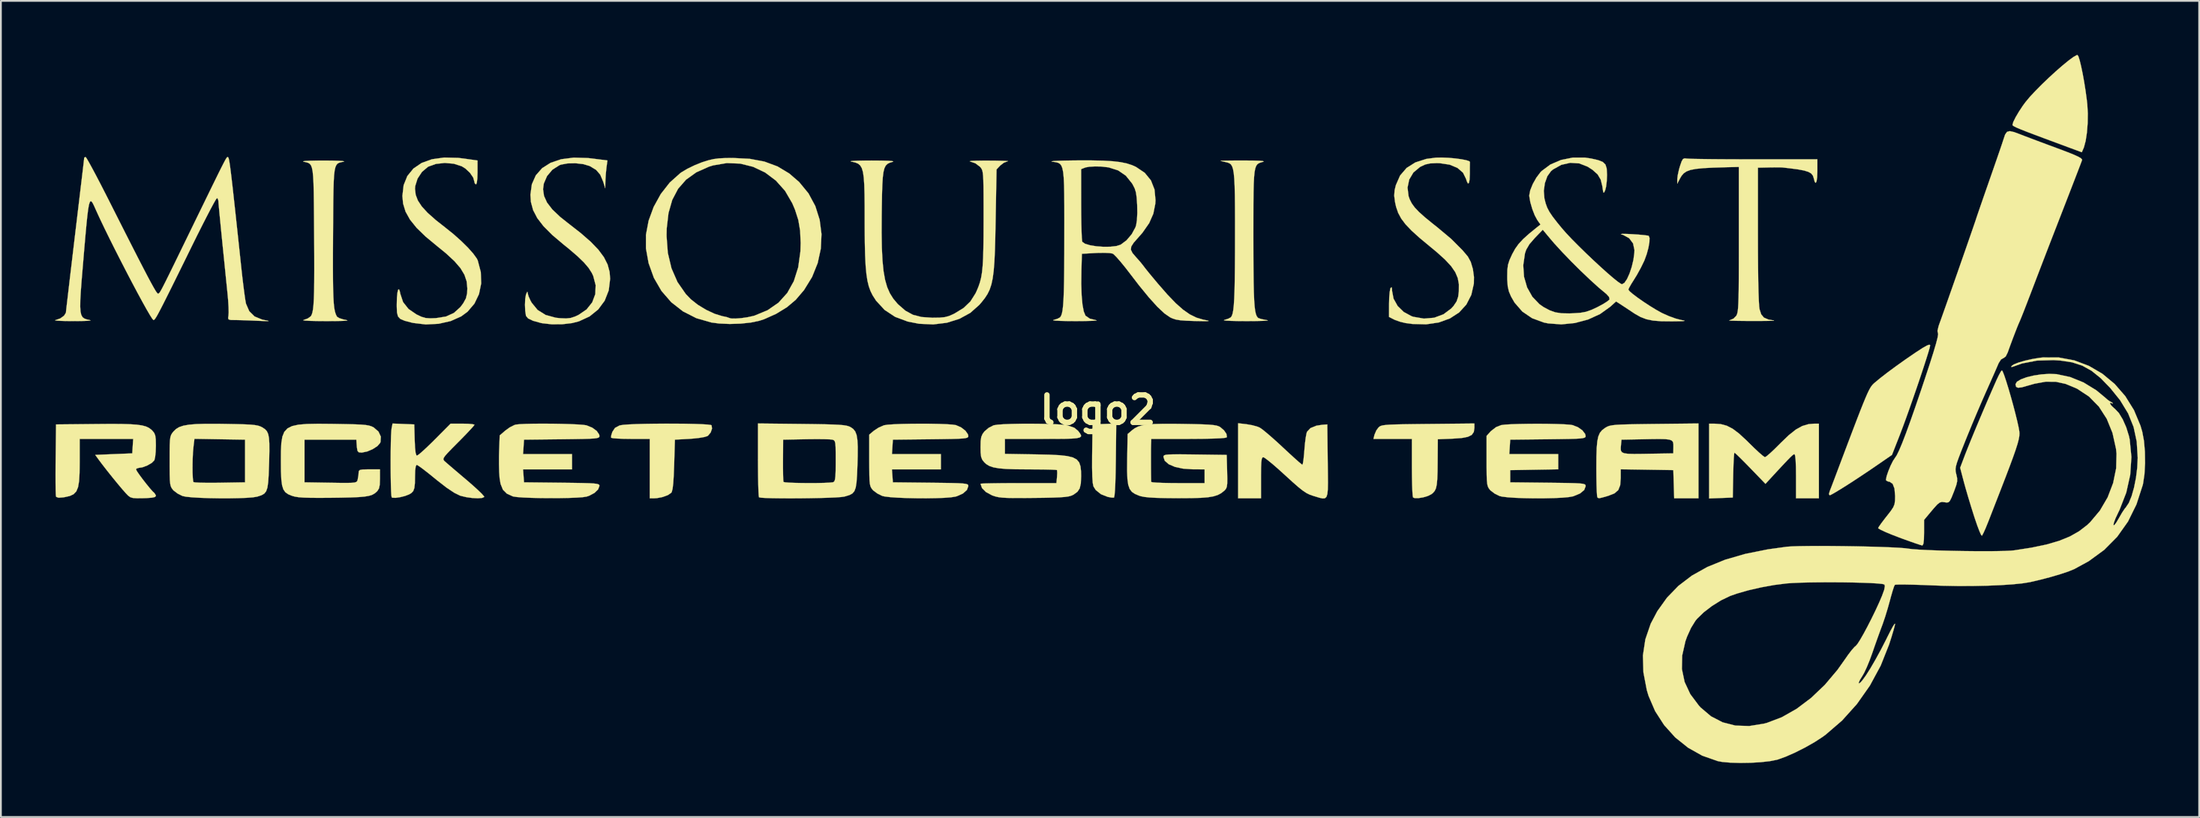
<source format=kicad_pcb>
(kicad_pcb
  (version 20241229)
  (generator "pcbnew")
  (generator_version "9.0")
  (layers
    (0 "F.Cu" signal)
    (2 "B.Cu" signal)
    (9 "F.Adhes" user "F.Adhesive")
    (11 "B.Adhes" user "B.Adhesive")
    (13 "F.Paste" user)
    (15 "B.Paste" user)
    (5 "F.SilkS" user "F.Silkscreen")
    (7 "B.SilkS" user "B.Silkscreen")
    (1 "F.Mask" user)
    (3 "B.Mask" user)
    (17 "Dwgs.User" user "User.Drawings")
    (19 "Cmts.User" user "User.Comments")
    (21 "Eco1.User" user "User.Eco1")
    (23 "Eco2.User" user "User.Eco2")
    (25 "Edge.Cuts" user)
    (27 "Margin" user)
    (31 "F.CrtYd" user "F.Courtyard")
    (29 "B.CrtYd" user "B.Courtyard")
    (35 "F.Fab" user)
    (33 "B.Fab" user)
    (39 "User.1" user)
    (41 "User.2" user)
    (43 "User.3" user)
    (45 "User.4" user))
  (footprint "logo2"
    (layer "F.Cu")
    (at 57.933 19.73)
    (property "Reference" "logo2" (at 0 0 0) (layer "F.SilkS") (effects (font (size 1.524 1.524) (thickness 0.3))))
    (attr through_hole)
    (fp_poly (pts (xy 0.996 2.805) (xy 0.985 3.483) (xy 0.969 4.041) (xy 0.948 4.465) (xy 0.924 4.744) (xy 0.895 4.868) (xy 0.889 4.873) (xy 0.752 4.869) (xy 0.549 4.832) (xy 0.169 4.682) (xy -0.12 4.45) (xy -0.247 4.249) (xy -0.286 4.058) (xy -0.311 3.704) (xy -0.323 3.195) (xy -0.321 2.536) (xy -0.319 2.412) (xy -0.296 0.804) (xy 0.361 0.78) (xy 1.019 0.755) (xy 0.996 2.805)) (stroke (width 0.01) (type solid)) (fill yes) (layer "F.SilkS"))
    (fp_poly (pts (xy 54.463 -19.647) (xy 54.533 -19.429) (xy 54.613 -19.1) (xy 54.699 -18.688) (xy 54.783 -18.222) (xy 54.861 -17.729) (xy 54.927 -17.238) (xy 54.956 -16.983) (xy 54.985 -16.482) (xy 54.977 -15.944) (xy 54.936 -15.418) (xy 54.866 -14.955) (xy 54.772 -14.602) (xy 54.755 -14.559) (xy 54.652 -14.319) (xy 53.298 -14.821) (xy 52.595 -15.082) (xy 52.035 -15.292) (xy 51.603 -15.456) (xy 51.283 -15.582) (xy 51.058 -15.676) (xy 50.914 -15.745) (xy 50.834 -15.794) (xy 50.803 -15.83) (xy 50.8 -15.844) (xy 50.847 -16.006) (xy 50.974 -16.264) (xy 51.158 -16.577) (xy 51.375 -16.905) (xy 51.523 -17.106) (xy 51.763 -17.394) (xy 52.075 -17.729) (xy 52.435 -18.092) (xy 52.821 -18.462) (xy 53.212 -18.82) (xy 53.584 -19.144) (xy 53.915 -19.415) (xy 54.184 -19.612) (xy 54.366 -19.715) (xy 54.41 -19.725) (xy 54.463 -19.647)) (stroke (width 0.01) (type solid)) (fill yes) (layer "F.SilkS"))
    (fp_poly (pts (xy 20.913 0.998) (xy 20.88 1.224) (xy 20.767 1.385) (xy 20.553 1.493) (xy 20.214 1.559) (xy 19.73 1.594) (xy 19.721 1.595) (xy 18.881 1.628) (xy 18.872 2.867) (xy 18.866 3.426) (xy 18.851 3.842) (xy 18.823 4.142) (xy 18.778 4.352) (xy 18.709 4.5) (xy 18.612 4.611) (xy 18.528 4.68) (xy 18.329 4.781) (xy 18.065 4.859) (xy 17.798 4.901) (xy 17.586 4.897) (xy 17.505 4.862) (xy 17.485 4.761) (xy 17.468 4.518) (xy 17.454 4.161) (xy 17.445 3.717) (xy 17.441 3.214) (xy 17.441 3.203) (xy 17.441 1.609) (xy 15.306 1.609) (xy 15.363 1.376) (xy 15.468 1.133) (xy 15.586 0.974) (xy 15.641 0.926) (xy 15.713 0.887) (xy 15.822 0.857) (xy 15.985 0.835) (xy 16.223 0.817) (xy 16.554 0.805) (xy 16.996 0.795) (xy 17.569 0.787) (xy 18.292 0.779) (xy 18.333 0.779) (xy 20.913 0.753) (xy 20.913 0.998)) (stroke (width 0.01) (type solid)) (fill yes) (layer "F.SilkS"))
    (fp_poly (pts (xy -23.46 0.762) (xy -22.915 0.767) (xy -22.421 0.777) (xy -22.003 0.792) (xy -21.688 0.811) (xy -21.5 0.835) (xy -21.46 0.851) (xy -21.433 1.035) (xy -21.507 1.252) (xy -21.655 1.428) (xy -21.697 1.455) (xy -21.863 1.506) (xy -22.149 1.555) (xy -22.506 1.593) (xy -22.691 1.606) (xy -23.495 1.651) (xy -23.537 3.056) (xy -23.56 3.647) (xy -23.588 4.083) (xy -23.624 4.38) (xy -23.669 4.555) (xy -23.695 4.6) (xy -23.878 4.728) (xy -24.165 4.835) (xy -24.491 4.9) (xy -24.659 4.91) (xy -24.892 4.911) (xy -24.892 1.609) (xy -25.945 1.609) (xy -26.35 1.604) (xy -26.689 1.59) (xy -26.929 1.571) (xy -27.037 1.546) (xy -27.038 1.544) (xy -27.036 1.43) (xy -26.976 1.237) (xy -26.965 1.211) (xy -26.823 0.997) (xy -26.588 0.871) (xy -26.528 0.853) (xy -26.35 0.826) (xy -26.043 0.804) (xy -25.631 0.786) (xy -25.141 0.773) (xy -24.599 0.765) (xy -24.03 0.761) (xy -23.46 0.762)) (stroke (width 0.01) (type solid)) (fill yes) (layer "F.SilkS"))
    (fp_poly (pts (xy 46.227 -3.597) (xy 46.228 -3.587) (xy 46.201 -3.457) (xy 46.124 -3.191) (xy 46.006 -2.814) (xy 45.855 -2.348) (xy 45.68 -1.819) (xy 45.487 -1.25) (xy 45.285 -0.665) (xy 45.083 -0.087) (xy 44.888 0.459) (xy 44.708 0.95) (xy 44.552 1.362) (xy 44.535 1.405) (xy 44.107 2.498) (xy 43.284 3.065) (xy 42.792 3.401) (xy 42.303 3.727) (xy 41.84 4.03) (xy 41.423 4.296) (xy 41.074 4.511) (xy 40.815 4.663) (xy 40.667 4.736) (xy 40.647 4.741) (xy 40.604 4.676) (xy 40.651 4.508) (xy 40.731 4.303) (xy 40.842 4.011) (xy 40.934 3.768) (xy 41.315 2.755) (xy 41.642 1.889) (xy 41.92 1.156) (xy 42.153 0.546) (xy 42.347 0.045) (xy 42.508 -0.358) (xy 42.639 -0.676) (xy 42.746 -0.921) (xy 42.835 -1.105) (xy 42.91 -1.24) (xy 42.977 -1.339) (xy 43.04 -1.414) (xy 43.104 -1.477) (xy 43.124 -1.494) (xy 43.43 -1.749) (xy 43.843 -2.07) (xy 44.33 -2.43) (xy 44.854 -2.804) (xy 45.381 -3.165) (xy 45.445 -3.207) (xy 45.803 -3.44) (xy 46.043 -3.577) (xy 46.179 -3.627) (xy 46.227 -3.597)) (stroke (width 0.01) (type solid)) (fill yes) (layer "F.SilkS"))
    (fp_poly (pts (xy 50.263 -2.124) (xy 50.346 -1.911) (xy 50.453 -1.591) (xy 50.576 -1.193) (xy 50.706 -0.746) (xy 50.836 -0.278) (xy 50.956 0.181) (xy 51.06 0.603) (xy 51.139 0.959) (xy 51.179 1.185) (xy 51.188 1.312) (xy 51.178 1.461) (xy 51.143 1.65) (xy 51.079 1.892) (xy 50.98 2.205) (xy 50.841 2.603) (xy 50.657 3.102) (xy 50.423 3.718) (xy 50.134 4.466) (xy 49.928 4.995) (xy 49.79 5.349) (xy 49.624 5.776) (xy 49.462 6.192) (xy 49.44 6.246) (xy 49.311 6.564) (xy 49.198 6.817) (xy 49.119 6.967) (xy 49.099 6.99) (xy 49.051 6.929) (xy 48.963 6.734) (xy 48.848 6.431) (xy 48.716 6.047) (xy 48.657 5.866) (xy 48.5 5.367) (xy 48.343 4.849) (xy 48.203 4.369) (xy 48.097 3.986) (xy 48.089 3.955) (xy 47.894 3.212) (xy 48.173 2.474) (xy 48.307 2.134) (xy 48.493 1.673) (xy 48.719 1.126) (xy 48.97 0.527) (xy 49.231 -0.089) (xy 49.488 -0.689) (xy 49.727 -1.237) (xy 49.919 -1.672) (xy 50.046 -1.937) (xy 50.15 -2.126) (xy 50.212 -2.201) (xy 50.213 -2.201) (xy 50.263 -2.124)) (stroke (width 0.01) (type solid)) (fill yes) (layer "F.SilkS"))
    (fp_poly (pts (xy 34.6 0.788) (xy 34.932 0.877) (xy 35.26 1.046) (xy 35.615 1.314) (xy 36.03 1.697) (xy 36.151 1.818) (xy 36.454 2.115) (xy 36.72 2.363) (xy 36.924 2.539) (xy 37.041 2.621) (xy 37.053 2.625) (xy 37.147 2.567) (xy 37.332 2.41) (xy 37.583 2.175) (xy 37.875 1.886) (xy 37.929 1.831) (xy 38.379 1.398) (xy 38.767 1.09) (xy 39.122 0.893) (xy 39.471 0.789) (xy 39.803 0.762) (xy 40.047 0.762) (xy 40.047 4.911) (xy 38.777 4.911) (xy 38.777 3.683) (xy 38.772 3.166) (xy 38.755 2.781) (xy 38.728 2.54) (xy 38.692 2.455) (xy 38.691 2.455) (xy 38.649 2.469) (xy 38.579 2.52) (xy 38.467 2.624) (xy 38.298 2.796) (xy 38.057 3.051) (xy 37.729 3.403) (xy 37.393 3.768) (xy 37.08 4.106) (xy 36.242 3.239) (xy 35.939 2.928) (xy 35.678 2.667) (xy 35.482 2.477) (xy 35.371 2.379) (xy 35.357 2.371) (xy 35.339 2.45) (xy 35.321 2.67) (xy 35.305 3) (xy 35.292 3.41) (xy 35.287 3.619) (xy 35.264 4.868) (xy 34.608 4.893) (xy 33.951 4.918) (xy 33.951 0.762) (xy 34.232 0.762) (xy 34.6 0.788)) (stroke (width 0.01) (type solid)) (fill yes) (layer "F.SilkS"))
    (fp_poly (pts (xy 8.262 0.794) (xy 8.58 0.85) (xy 8.869 0.931) (xy 8.988 0.981) (xy 9.135 1.082) (xy 9.376 1.278) (xy 9.686 1.545) (xy 10.037 1.861) (xy 10.272 2.08) (xy 10.618 2.401) (xy 10.92 2.677) (xy 11.159 2.889) (xy 11.313 3.018) (xy 11.359 3.048) (xy 11.387 2.969) (xy 11.42 2.758) (xy 11.452 2.45) (xy 11.47 2.223) (xy 11.503 1.845) (xy 11.546 1.516) (xy 11.592 1.282) (xy 11.616 1.212) (xy 11.807 1.009) (xy 12.134 0.875) (xy 12.446 0.827) (xy 12.742 0.804) (xy 12.765 2.857) (xy 12.774 3.522) (xy 12.778 4.034) (xy 12.771 4.411) (xy 12.746 4.671) (xy 12.694 4.831) (xy 12.61 4.907) (xy 12.485 4.918) (xy 12.313 4.881) (xy 12.086 4.812) (xy 11.962 4.775) (xy 11.771 4.709) (xy 11.587 4.619) (xy 11.383 4.484) (xy 11.134 4.286) (xy 10.815 4.007) (xy 10.404 3.632) (xy 10.042 3.304) (xy 9.717 3.02) (xy 9.449 2.801) (xy 9.263 2.663) (xy 9.187 2.625) (xy 9.135 2.648) (xy 9.099 2.736) (xy 9.076 2.912) (xy 9.064 3.201) (xy 9.059 3.628) (xy 9.059 3.768) (xy 9.059 4.911) (xy 7.789 4.911) (xy 7.789 0.739) (xy 8.262 0.794)) (stroke (width 0.01) (type solid)) (fill yes) (layer "F.SilkS"))
    (fp_poly (pts (xy 33.359 4.911) (xy 32.01 4.911) (xy 31.986 4.128) (xy 31.962 3.344) (xy 29.041 3.298) (xy 29.041 3.789) (xy 29.011 4.182) (xy 28.905 4.452) (xy 28.694 4.635) (xy 28.352 4.771) (xy 28.328 4.778) (xy 28.049 4.858) (xy 27.89 4.897) (xy 27.809 4.901) (xy 27.763 4.875) (xy 27.742 4.854) (xy 27.725 4.755) (xy 27.709 4.515) (xy 27.697 4.161) (xy 27.689 3.72) (xy 27.686 3.237) (xy 27.69 2.602) (xy 27.706 2.121) (xy 29.04 2.121) (xy 29.05 2.257) (xy 29.107 2.35) (xy 29.233 2.407) (xy 29.451 2.437) (xy 29.782 2.445) (xy 30.25 2.441) (xy 30.542 2.436) (xy 31.962 2.413) (xy 31.966 2.051) (xy 31.965 1.893) (xy 31.942 1.778) (xy 31.874 1.698) (xy 31.74 1.648) (xy 31.517 1.622) (xy 31.183 1.615) (xy 30.716 1.62) (xy 30.353 1.627) (xy 29.083 1.651) (xy 29.056 1.934) (xy 29.04 2.121) (xy 27.706 2.121) (xy 27.706 2.113) (xy 27.739 1.745) (xy 27.795 1.474) (xy 27.88 1.277) (xy 27.999 1.129) (xy 28.158 1.007) (xy 28.217 0.97) (xy 28.308 0.921) (xy 28.416 0.883) (xy 28.563 0.853) (xy 28.767 0.83) (xy 29.05 0.813) (xy 29.431 0.801) (xy 29.932 0.791) (xy 30.572 0.782) (xy 30.924 0.778) (xy 33.359 0.752) (xy 33.359 4.911)) (stroke (width 0.01) (type solid)) (fill yes) (layer "F.SilkS"))
    (fp_poly (pts (xy 24.987 0.772) (xy 25.483 0.782) (xy 25.906 0.798) (xy 26.219 0.821) (xy 26.361 0.842) (xy 26.66 0.957) (xy 26.91 1.133) (xy 27.064 1.334) (xy 27.093 1.453) (xy 27.084 1.5) (xy 27.041 1.537) (xy 26.947 1.565) (xy 26.782 1.586) (xy 26.526 1.601) (xy 26.159 1.612) (xy 25.662 1.62) (xy 25.016 1.628) (xy 24.998 1.628) (xy 22.902 1.651) (xy 22.851 2.455) (xy 25.569 2.455) (xy 25.569 3.298) (xy 22.902 3.344) (xy 22.902 4.022) (xy 24.998 4.044) (xy 25.646 4.052) (xy 26.145 4.06) (xy 26.514 4.07) (xy 26.772 4.084) (xy 26.94 4.104) (xy 27.036 4.132) (xy 27.08 4.168) (xy 27.093 4.217) (xy 27.093 4.236) (xy 27.011 4.451) (xy 26.777 4.643) (xy 26.404 4.798) (xy 26.396 4.8) (xy 26.157 4.843) (xy 25.788 4.876) (xy 25.323 4.898) (xy 24.797 4.909) (xy 24.243 4.911) (xy 23.697 4.902) (xy 23.193 4.883) (xy 22.765 4.854) (xy 22.448 4.816) (xy 22.31 4.783) (xy 22.041 4.651) (xy 21.813 4.478) (xy 21.78 4.444) (xy 21.71 4.353) (xy 21.659 4.252) (xy 21.625 4.112) (xy 21.605 3.905) (xy 21.594 3.602) (xy 21.59 3.176) (xy 21.59 2.833) (xy 21.59 1.442) (xy 21.823 1.182) (xy 22.115 0.955) (xy 22.394 0.844) (xy 22.607 0.816) (xy 22.953 0.795) (xy 23.399 0.78) (xy 23.91 0.771) (xy 24.451 0.768) (xy 24.987 0.772)) (stroke (width 0.01) (type solid)) (fill yes) (layer "F.SilkS"))
    (fp_poly (pts (xy -30.304 0.765) (xy -29.778 0.774) (xy -29.29 0.788) (xy -28.875 0.807) (xy -28.565 0.831) (xy -28.406 0.855) (xy -28.084 0.986) (xy -27.836 1.168) (xy -27.7 1.37) (xy -27.686 1.453) (xy -27.696 1.5) (xy -27.738 1.537) (xy -27.832 1.565) (xy -27.997 1.586) (xy -28.254 1.601) (xy -28.62 1.612) (xy -29.117 1.62) (xy -29.763 1.628) (xy -29.782 1.628) (xy -31.877 1.651) (xy -31.903 2.053) (xy -31.929 2.455) (xy -29.21 2.455) (xy -29.21 3.302) (xy -31.929 3.302) (xy -31.903 3.662) (xy -31.877 4.022) (xy -29.782 4.044) (xy -29.132 4.052) (xy -28.631 4.061) (xy -28.262 4.071) (xy -28.003 4.086) (xy -27.835 4.107) (xy -27.74 4.135) (xy -27.696 4.171) (xy -27.686 4.219) (xy -27.686 4.22) (xy -27.763 4.42) (xy -27.969 4.615) (xy -28.264 4.771) (xy -28.406 4.817) (xy -28.611 4.848) (xy -28.948 4.872) (xy -29.386 4.889) (xy -29.89 4.898) (xy -30.429 4.9) (xy -30.968 4.896) (xy -31.475 4.884) (xy -31.917 4.866) (xy -32.261 4.841) (xy -32.473 4.81) (xy -32.492 4.805) (xy -32.827 4.653) (xy -33.048 4.433) (xy -33.179 4.109) (xy -33.233 3.781) (xy -33.256 3.446) (xy -33.267 3.012) (xy -33.266 2.549) (xy -33.26 2.318) (xy -33.227 1.416) (xy -32.909 1.141) (xy -32.664 0.965) (xy -32.415 0.84) (xy -32.33 0.814) (xy -32.117 0.791) (xy -31.775 0.775) (xy -31.336 0.765) (xy -30.835 0.762) (xy -30.304 0.765)) (stroke (width 0.01) (type solid)) (fill yes) (layer "F.SilkS"))
    (fp_poly (pts (xy -9.338 0.767) (xy -8.839 0.776) (xy -8.407 0.792) (xy -8.077 0.815) (xy -7.882 0.844) (xy -7.881 0.845) (xy -7.594 0.972) (xy -7.357 1.156) (xy -7.217 1.357) (xy -7.197 1.453) (xy -7.206 1.5) (xy -7.249 1.537) (xy -7.343 1.565) (xy -7.508 1.586) (xy -7.764 1.601) (xy -8.131 1.612) (xy -8.628 1.62) (xy -9.274 1.628) (xy -9.292 1.628) (xy -11.388 1.651) (xy -11.439 2.455) (xy -8.721 2.455) (xy -8.721 3.302) (xy -11.44 3.302) (xy -11.414 3.662) (xy -11.388 4.022) (xy -9.292 4.044) (xy -8.643 4.052) (xy -8.144 4.06) (xy -7.775 4.07) (xy -7.517 4.085) (xy -7.35 4.105) (xy -7.253 4.132) (xy -7.209 4.169) (xy -7.197 4.217) (xy -7.197 4.232) (xy -7.276 4.448) (xy -7.496 4.643) (xy -7.824 4.791) (xy -7.919 4.818) (xy -8.167 4.856) (xy -8.541 4.884) (xy -9.008 4.901) (xy -9.533 4.909) (xy -10.083 4.906) (xy -10.623 4.895) (xy -11.12 4.875) (xy -11.54 4.846) (xy -11.848 4.808) (xy -11.98 4.777) (xy -12.248 4.645) (xy -12.477 4.474) (xy -12.509 4.44) (xy -12.579 4.352) (xy -12.63 4.254) (xy -12.664 4.117) (xy -12.685 3.914) (xy -12.695 3.617) (xy -12.699 3.2) (xy -12.7 2.797) (xy -12.7 1.37) (xy -12.443 1.154) (xy -12.181 0.982) (xy -11.892 0.856) (xy -11.872 0.85) (xy -11.673 0.82) (xy -11.341 0.797) (xy -10.907 0.779) (xy -10.406 0.769) (xy -9.872 0.765) (xy -9.338 0.767)) (stroke (width 0.01) (type solid)) (fill yes) (layer "F.SilkS"))
    (fp_poly (pts (xy -54.252 0.779) (xy -53.763 0.793) (xy -53.384 0.819) (xy -53.095 0.86) (xy -52.878 0.918) (xy -52.712 0.996) (xy -52.577 1.097) (xy -52.526 1.145) (xy -52.421 1.271) (xy -52.36 1.418) (xy -52.331 1.634) (xy -52.324 1.968) (xy -52.324 1.991) (xy -52.335 2.326) (xy -52.365 2.611) (xy -52.406 2.789) (xy -52.412 2.8) (xy -52.557 2.946) (xy -52.801 3.086) (xy -53.073 3.188) (xy -53.266 3.217) (xy -53.398 3.257) (xy -53.425 3.307) (xy -53.375 3.406) (xy -53.244 3.598) (xy -53.063 3.843) (xy -52.859 4.105) (xy -52.662 4.347) (xy -52.5 4.53) (xy -52.409 4.614) (xy -52.329 4.738) (xy -52.324 4.778) (xy -52.375 4.838) (xy -52.543 4.876) (xy -52.849 4.898) (xy -53.024 4.903) (xy -53.37 4.907) (xy -53.594 4.893) (xy -53.743 4.85) (xy -53.863 4.763) (xy -53.985 4.638) (xy -54.179 4.419) (xy -54.442 4.106) (xy -54.741 3.741) (xy -55.042 3.363) (xy -55.312 3.015) (xy -55.47 2.805) (xy -55.694 2.498) (xy -54.665 2.455) (xy -53.636 2.413) (xy -53.611 2.011) (xy -53.585 1.609) (xy -56.557 1.609) (xy -56.557 2.883) (xy -56.564 3.491) (xy -56.59 3.952) (xy -56.647 4.289) (xy -56.744 4.525) (xy -56.893 4.681) (xy -57.102 4.78) (xy -57.383 4.844) (xy -57.47 4.858) (xy -57.728 4.878) (xy -57.855 4.834) (xy -57.873 4.804) (xy -57.884 4.691) (xy -57.892 4.435) (xy -57.897 4.059) (xy -57.898 3.591) (xy -57.896 3.056) (xy -57.892 2.75) (xy -57.87 0.804) (xy -55.64 0.782) (xy -54.872 0.776) (xy -54.252 0.779)) (stroke (width 0.01) (type solid)) (fill yes) (layer "F.SilkS"))
    (fp_poly (pts (xy -42.547 -13.856) (xy -42.191 -13.846) (xy -41.958 -13.832) (xy -41.866 -13.813) (xy -41.898 -13.796) (xy -42.028 -13.769) (xy -42.137 -13.74) (xy -42.225 -13.694) (xy -42.296 -13.616) (xy -42.352 -13.493) (xy -42.394 -13.31) (xy -42.425 -13.051) (xy -42.446 -12.703) (xy -42.46 -12.25) (xy -42.47 -11.679) (xy -42.476 -10.973) (xy -42.481 -10.12) (xy -42.484 -9.689) (xy -42.489 -8.727) (xy -42.49 -7.92) (xy -42.487 -7.252) (xy -42.479 -6.709) (xy -42.465 -6.274) (xy -42.445 -5.934) (xy -42.417 -5.672) (xy -42.38 -5.475) (xy -42.335 -5.327) (xy -42.281 -5.212) (xy -42.262 -5.181) (xy -42.141 -5.103) (xy -41.916 -5.031) (xy -41.775 -5.003) (xy -41.683 -4.978) (xy -41.752 -4.96) (xy -41.985 -4.947) (xy -42.384 -4.939) (xy -42.884 -4.937) (xy -43.376 -4.941) (xy -43.76 -4.95) (xy -44.02 -4.964) (xy -44.141 -4.982) (xy -44.115 -5.002) (xy -43.886 -5.085) (xy -43.725 -5.2) (xy -43.718 -5.209) (xy -43.669 -5.296) (xy -43.629 -5.421) (xy -43.596 -5.597) (xy -43.57 -5.839) (xy -43.551 -6.162) (xy -43.537 -6.578) (xy -43.529 -7.102) (xy -43.526 -7.748) (xy -43.527 -8.531) (xy -43.532 -9.464) (xy -43.535 -9.84) (xy -43.541 -10.744) (xy -43.548 -11.495) (xy -43.556 -12.106) (xy -43.569 -12.592) (xy -43.589 -12.969) (xy -43.617 -13.251) (xy -43.657 -13.453) (xy -43.709 -13.591) (xy -43.778 -13.678) (xy -43.864 -13.731) (xy -43.97 -13.763) (xy -44.098 -13.791) (xy -44.123 -13.796) (xy -44.145 -13.818) (xy -44.015 -13.836) (xy -43.749 -13.849) (xy -43.363 -13.857) (xy -43.011 -13.859) (xy -42.547 -13.856)) (stroke (width 0.01) (type solid)) (fill yes) (layer "F.SilkS"))
    (fp_poly (pts (xy 8.614 -13.858) (xy 8.976 -13.847) (xy 9.174 -13.828) (xy 9.211 -13.803) (xy 9.169 -13.787) (xy 9.047 -13.753) (xy 8.945 -13.714) (xy 8.861 -13.656) (xy 8.794 -13.564) (xy 8.742 -13.423) (xy 8.703 -13.218) (xy 8.675 -12.936) (xy 8.656 -12.561) (xy 8.644 -12.08) (xy 8.639 -11.477) (xy 8.637 -10.738) (xy 8.636 -9.848) (xy 8.636 -9.57) (xy 8.638 -8.59) (xy 8.642 -7.766) (xy 8.65 -7.084) (xy 8.663 -6.531) (xy 8.681 -6.091) (xy 8.706 -5.752) (xy 8.738 -5.5) (xy 8.778 -5.321) (xy 8.827 -5.202) (xy 8.885 -5.128) (xy 8.914 -5.106) (xy 9.057 -5.056) (xy 9.294 -5.006) (xy 9.398 -4.99) (xy 9.441 -4.974) (xy 9.332 -4.959) (xy 9.092 -4.948) (xy 8.737 -4.94) (xy 8.287 -4.937) (xy 8.255 -4.937) (xy 7.784 -4.94) (xy 7.405 -4.949) (xy 7.137 -4.962) (xy 7.001 -4.98) (xy 7.014 -4.999) (xy 7.014 -4.999) (xy 7.233 -5.067) (xy 7.379 -5.144) (xy 7.384 -5.149) (xy 7.437 -5.227) (xy 7.482 -5.356) (xy 7.519 -5.549) (xy 7.549 -5.819) (xy 7.572 -6.181) (xy 7.59 -6.647) (xy 7.602 -7.232) (xy 7.61 -7.948) (xy 7.615 -8.811) (xy 7.616 -9.549) (xy 7.617 -10.489) (xy 7.614 -11.275) (xy 7.608 -11.92) (xy 7.595 -12.439) (xy 7.575 -12.846) (xy 7.546 -13.155) (xy 7.506 -13.382) (xy 7.454 -13.54) (xy 7.388 -13.644) (xy 7.306 -13.707) (xy 7.207 -13.746) (xy 7.139 -13.763) (xy 6.936 -13.809) (xy 6.816 -13.84) (xy 6.866 -13.848) (xy 7.06 -13.854) (xy 7.371 -13.859) (xy 7.773 -13.862) (xy 8.086 -13.862) (xy 8.614 -13.858)) (stroke (width 0.01) (type solid)) (fill yes) (layer "F.SilkS"))
    (fp_poly (pts (xy -48.887 0.77) (xy -48.472 0.776) (xy -47.869 0.787) (xy -47.411 0.799) (xy -47.073 0.816) (xy -46.828 0.84) (xy -46.652 0.872) (xy -46.52 0.916) (xy -46.406 0.973) (xy -46.4 0.977) (xy -46.262 1.07) (xy -46.159 1.182) (xy -46.088 1.335) (xy -46.044 1.555) (xy -46.023 1.864) (xy -46.021 2.287) (xy -46.033 2.847) (xy -46.04 3.059) (xy -46.06 3.615) (xy -46.088 4.028) (xy -46.131 4.321) (xy -46.2 4.521) (xy -46.305 4.651) (xy -46.455 4.738) (xy -46.659 4.806) (xy -46.709 4.82) (xy -46.937 4.857) (xy -47.294 4.884) (xy -47.749 4.901) (xy -48.268 4.91) (xy -48.817 4.909) (xy -49.363 4.9) (xy -49.872 4.882) (xy -50.312 4.856) (xy -50.648 4.823) (xy -50.842 4.783) (xy -51.111 4.651) (xy -51.339 4.478) (xy -51.371 4.444) (xy -51.442 4.353) (xy -51.493 4.252) (xy -51.527 4.111) (xy -51.548 3.903) (xy -51.558 3.6) (xy -51.562 3.173) (xy -51.562 3.121) (xy -50.289 3.121) (xy -50.287 3.481) (xy -50.274 3.776) (xy -50.251 3.965) (xy -50.234 4.01) (xy -50.133 4.028) (xy -49.893 4.041) (xy -49.543 4.048) (xy -49.111 4.049) (xy -48.773 4.045) (xy -47.371 4.022) (xy -47.371 1.651) (xy -48.777 1.628) (xy -50.183 1.605) (xy -50.237 2.051) (xy -50.265 2.366) (xy -50.282 2.736) (xy -50.289 3.121) (xy -51.562 3.121) (xy -51.562 2.838) (xy -51.561 2.324) (xy -51.556 1.95) (xy -51.543 1.687) (xy -51.518 1.508) (xy -51.477 1.383) (xy -51.417 1.284) (xy -51.347 1.197) (xy -51.207 1.06) (xy -51.03 0.953) (xy -50.796 0.874) (xy -50.485 0.819) (xy -50.077 0.785) (xy -49.551 0.77) (xy -48.887 0.77)) (stroke (width 0.01) (type solid)) (fill yes) (layer "F.SilkS"))
    (fp_poly (pts (xy -42.567 0.774) (xy -42.355 0.777) (xy -41.741 0.788) (xy -41.272 0.799) (xy -40.923 0.815) (xy -40.67 0.837) (xy -40.489 0.868) (xy -40.355 0.909) (xy -40.243 0.963) (xy -40.223 0.974) (xy -39.96 1.203) (xy -39.829 1.483) (xy -39.846 1.776) (xy -39.868 1.833) (xy -40.018 2.007) (xy -40.276 2.175) (xy -40.58 2.306) (xy -40.872 2.367) (xy -40.91 2.369) (xy -41.055 2.353) (xy -41.127 2.272) (xy -41.159 2.08) (xy -41.164 2.011) (xy -41.19 1.651) (xy -44.069 1.651) (xy -44.069 4.022) (xy -42.619 4.045) (xy -42.093 4.053) (xy -41.711 4.055) (xy -41.45 4.049) (xy -41.285 4.032) (xy -41.191 4.001) (xy -41.144 3.954) (xy -41.12 3.887) (xy -41.117 3.875) (xy -41.074 3.63) (xy -41.064 3.493) (xy -41.052 3.393) (xy -40.992 3.336) (xy -40.847 3.309) (xy -40.582 3.302) (xy -40.471 3.302) (xy -39.878 3.302) (xy -39.878 3.838) (xy -39.889 4.155) (xy -39.93 4.357) (xy -40.017 4.499) (xy -40.069 4.552) (xy -40.183 4.646) (xy -40.317 4.719) (xy -40.493 4.774) (xy -40.732 4.814) (xy -41.057 4.843) (xy -41.49 4.861) (xy -42.053 4.874) (xy -42.587 4.881) (xy -43.233 4.885) (xy -43.733 4.882) (xy -44.112 4.871) (xy -44.395 4.85) (xy -44.604 4.817) (xy -44.765 4.772) (xy -44.769 4.771) (xy -44.978 4.683) (xy -45.134 4.572) (xy -45.244 4.414) (xy -45.315 4.185) (xy -45.357 3.861) (xy -45.377 3.415) (xy -45.381 2.832) (xy -45.378 2.281) (xy -45.356 1.836) (xy -45.3 1.486) (xy -45.193 1.221) (xy -45.018 1.028) (xy -44.761 0.898) (xy -44.403 0.818) (xy -43.929 0.779) (xy -43.323 0.768) (xy -42.567 0.774)) (stroke (width 0.01) (type solid)) (fill yes) (layer "F.SilkS"))
    (fp_poly (pts (xy -38.576 0.78) (xy -37.973 0.804) (xy -37.949 1.672) (xy -37.929 2.106) (xy -37.898 2.384) (xy -37.854 2.519) (xy -37.822 2.538) (xy -37.729 2.48) (xy -37.541 2.322) (xy -37.284 2.085) (xy -36.979 1.791) (xy -36.837 1.649) (xy -35.955 0.762) (xy -35.292 0.762) (xy -34.981 0.769) (xy -34.748 0.789) (xy -34.634 0.816) (xy -34.629 0.824) (xy -34.685 0.903) (xy -34.842 1.078) (xy -35.077 1.328) (xy -35.371 1.63) (xy -35.536 1.796) (xy -35.881 2.144) (xy -36.122 2.394) (xy -36.271 2.565) (xy -36.343 2.679) (xy -36.354 2.757) (xy -36.317 2.818) (xy -36.276 2.858) (xy -36.156 2.963) (xy -35.933 3.155) (xy -35.633 3.411) (xy -35.284 3.708) (xy -35.074 3.885) (xy -34.727 4.186) (xy -34.435 4.451) (xy -34.219 4.661) (xy -34.1 4.797) (xy -34.084 4.836) (xy -34.204 4.889) (xy -34.44 4.908) (xy -34.747 4.893) (xy -35.075 4.848) (xy -35.379 4.776) (xy -35.433 4.759) (xy -35.751 4.603) (xy -36.173 4.322) (xy -36.695 3.917) (xy -36.801 3.83) (xy -37.144 3.552) (xy -37.444 3.317) (xy -37.676 3.146) (xy -37.815 3.056) (xy -37.838 3.048) (xy -37.89 3.129) (xy -37.922 3.363) (xy -37.931 3.676) (xy -37.938 4.073) (xy -37.967 4.337) (xy -38.03 4.508) (xy -38.139 4.622) (xy -38.258 4.692) (xy -38.487 4.781) (xy -38.757 4.848) (xy -39.009 4.884) (xy -39.186 4.877) (xy -39.225 4.859) (xy -39.244 4.758) (xy -39.259 4.518) (xy -39.271 4.169) (xy -39.279 3.74) (xy -39.283 3.26) (xy -39.284 2.761) (xy -39.281 2.272) (xy -39.274 1.822) (xy -39.263 1.442) (xy -39.247 1.161) (xy -39.232 1.023) (xy -39.178 0.755) (xy -38.576 0.78)) (stroke (width 0.01) (type solid)) (fill yes) (layer "F.SilkS"))
    (fp_poly (pts (xy 32.685 -13.97) (xy 32.813 -13.961) (xy 33.091 -13.952) (xy 33.5 -13.945) (xy 34.022 -13.938) (xy 34.637 -13.933) (xy 35.327 -13.93) (xy 36.073 -13.928) (xy 36.428 -13.928) (xy 39.963 -13.928) (xy 39.963 -13.271) (xy 39.951 -12.927) (xy 39.918 -12.704) (xy 39.872 -12.616) (xy 39.817 -12.673) (xy 39.765 -12.865) (xy 39.717 -13.016) (xy 39.627 -13.135) (xy 39.472 -13.227) (xy 39.231 -13.303) (xy 38.879 -13.369) (xy 38.395 -13.432) (xy 38.015 -13.475) (xy 37.871 -13.48) (xy 37.612 -13.48) (xy 37.293 -13.476) (xy 37.275 -13.475) (xy 36.661 -13.462) (xy 36.661 -9.741) (xy 36.663 -8.776) (xy 36.669 -7.916) (xy 36.679 -7.173) (xy 36.693 -6.557) (xy 36.711 -6.079) (xy 36.731 -5.751) (xy 36.751 -5.6) (xy 36.843 -5.313) (xy 36.995 -5.131) (xy 37.245 -5.024) (xy 37.55 -4.972) (xy 37.553 -4.962) (xy 37.409 -4.954) (xy 37.137 -4.948) (xy 36.76 -4.945) (xy 36.322 -4.944) (xy 35.862 -4.947) (xy 35.487 -4.952) (xy 35.217 -4.959) (xy 35.074 -4.968) (xy 35.075 -4.977) (xy 35.31 -5.079) (xy 35.456 -5.23) (xy 35.49 -5.293) (xy 35.518 -5.38) (xy 35.542 -5.506) (xy 35.56 -5.684) (xy 35.574 -5.931) (xy 35.585 -6.261) (xy 35.593 -6.688) (xy 35.598 -7.229) (xy 35.601 -7.896) (xy 35.602 -8.707) (xy 35.602 -9.479) (xy 35.602 -13.504) (xy 34.84 -13.485) (xy 34.159 -13.464) (xy 33.626 -13.436) (xy 33.219 -13.395) (xy 32.916 -13.337) (xy 32.695 -13.255) (xy 32.535 -13.145) (xy 32.414 -13.001) (xy 32.34 -12.874) (xy 32.181 -12.573) (xy 32.182 -12.827) (xy 32.209 -13.052) (xy 32.275 -13.354) (xy 32.331 -13.547) (xy 32.421 -13.809) (xy 32.497 -13.942) (xy 32.589 -13.981) (xy 32.685 -13.97)) (stroke (width 0.01) (type solid)) (fill yes) (layer "F.SilkS"))
    (fp_poly (pts (xy -16.447 0.778) (xy -15.726 0.787) (xy -15.154 0.797) (xy -14.712 0.81) (xy -14.379 0.826) (xy -14.135 0.847) (xy -13.96 0.875) (xy -13.834 0.91) (xy -13.741 0.953) (xy -13.591 1.056) (xy -13.48 1.194) (xy -13.404 1.389) (xy -13.359 1.667) (xy -13.339 2.048) (xy -13.342 2.557) (xy -13.356 3.053) (xy -13.378 3.61) (xy -13.407 4.022) (xy -13.453 4.315) (xy -13.527 4.514) (xy -13.639 4.644) (xy -13.801 4.73) (xy -14.022 4.798) (xy -14.099 4.818) (xy -14.272 4.841) (xy -14.575 4.862) (xy -14.981 4.879) (xy -15.462 4.893) (xy -15.993 4.903) (xy -16.546 4.91) (xy -17.095 4.912) (xy -17.611 4.91) (xy -18.069 4.904) (xy -18.441 4.893) (xy -18.701 4.877) (xy -18.821 4.857) (xy -18.824 4.854) (xy -18.84 4.757) (xy -18.854 4.515) (xy -18.866 4.151) (xy -18.875 3.69) (xy -18.879 3.219) (xy -17.491 3.219) (xy -17.487 3.582) (xy -17.479 3.85) (xy -17.467 3.99) (xy -17.464 4) (xy -17.373 4.022) (xy -17.147 4.04) (xy -16.822 4.052) (xy -16.432 4.06) (xy -16.013 4.063) (xy -15.598 4.061) (xy -15.224 4.053) (xy -14.924 4.04) (xy -14.734 4.022) (xy -14.697 4.013) (xy -14.641 3.968) (xy -14.603 3.865) (xy -14.58 3.678) (xy -14.567 3.38) (xy -14.563 2.945) (xy -14.563 2.829) (xy -14.564 2.372) (xy -14.57 2.057) (xy -14.586 1.855) (xy -14.617 1.739) (xy -14.666 1.681) (xy -14.738 1.653) (xy -14.753 1.65) (xy -14.903 1.634) (xy -15.187 1.625) (xy -15.569 1.621) (xy -16.014 1.624) (xy -16.214 1.627) (xy -17.484 1.651) (xy -17.491 2.794) (xy -17.491 3.219) (xy -18.879 3.219) (xy -18.88 3.157) (xy -18.881 2.775) (xy -18.881 0.752) (xy -16.447 0.778)) (stroke (width 0.01) (type solid)) (fill yes) (layer "F.SilkS"))
    (fp_poly (pts (xy 4.266 0.771) (xy 4.695 0.776) (xy 5.322 0.787) (xy 5.802 0.8) (xy 6.159 0.817) (xy 6.416 0.84) (xy 6.594 0.87) (xy 6.718 0.91) (xy 6.795 0.953) (xy 7.005 1.133) (xy 7.139 1.329) (xy 7.166 1.495) (xy 7.153 1.526) (xy 7.053 1.552) (xy 6.799 1.574) (xy 6.405 1.591) (xy 5.886 1.603) (xy 5.256 1.608) (xy 5.033 1.609) (xy 2.963 1.609) (xy 2.952 1.968) (xy 2.948 2.171) (xy 2.947 2.482) (xy 2.947 2.854) (xy 2.948 3.239) (xy 2.951 3.592) (xy 2.955 3.864) (xy 2.959 4) (xy 3.041 4.021) (xy 3.264 4.039) (xy 3.603 4.053) (xy 4.029 4.061) (xy 4.445 4.064) (xy 5.927 4.064) (xy 5.927 3.302) (xy 5.271 3.298) (xy 4.732 3.262) (xy 4.279 3.165) (xy 3.933 3.016) (xy 3.713 2.824) (xy 3.641 2.61) (xy 3.649 2.557) (xy 3.689 2.518) (xy 3.781 2.491) (xy 3.946 2.475) (xy 4.207 2.467) (xy 4.585 2.466) (xy 5.1 2.471) (xy 5.397 2.475) (xy 7.154 2.498) (xy 7.178 3.412) (xy 7.187 3.818) (xy 7.183 4.092) (xy 7.161 4.268) (xy 7.115 4.382) (xy 7.04 4.47) (xy 7.007 4.5) (xy 6.84 4.63) (xy 6.651 4.729) (xy 6.417 4.802) (xy 6.114 4.853) (xy 5.717 4.884) (xy 5.204 4.899) (xy 4.55 4.903) (xy 4.403 4.903) (xy 3.752 4.897) (xy 3.248 4.885) (xy 2.866 4.864) (xy 2.584 4.834) (xy 2.377 4.792) (xy 2.3 4.768) (xy 2.064 4.67) (xy 1.888 4.552) (xy 1.764 4.389) (xy 1.684 4.156) (xy 1.639 3.83) (xy 1.622 3.386) (xy 1.626 2.799) (xy 1.627 2.723) (xy 1.651 1.34) (xy 1.885 1.138) (xy 2.046 1.018) (xy 2.23 0.925) (xy 2.458 0.857) (xy 2.754 0.81) (xy 3.139 0.782) (xy 3.635 0.77) (xy 4.266 0.771)) (stroke (width 0.01) (type solid)) (fill yes) (layer "F.SilkS"))
    (fp_poly (pts (xy -35.53 -14.007) (xy -35.216 -13.969) (xy -34.459 -13.861) (xy -34.459 -13.196) (xy -34.469 -12.865) (xy -34.497 -12.633) (xy -34.537 -12.532) (xy -34.544 -12.531) (xy -34.617 -12.6) (xy -34.629 -12.669) (xy -34.699 -12.914) (xy -34.882 -13.18) (xy -35.137 -13.418) (xy -35.336 -13.541) (xy -35.78 -13.683) (xy -36.279 -13.726) (xy -36.77 -13.672) (xy -37.188 -13.522) (xy -37.217 -13.506) (xy -37.544 -13.228) (xy -37.79 -12.855) (xy -37.919 -12.443) (xy -37.931 -12.29) (xy -37.894 -11.959) (xy -37.773 -11.638) (xy -37.555 -11.307) (xy -37.227 -10.95) (xy -36.773 -10.548) (xy -36.26 -10.144) (xy -35.802 -9.777) (xy -35.373 -9.395) (xy -34.996 -9.024) (xy -34.697 -8.688) (xy -34.499 -8.413) (xy -34.446 -8.306) (xy -34.277 -7.662) (xy -34.255 -7.032) (xy -34.376 -6.439) (xy -34.631 -5.907) (xy -35.014 -5.458) (xy -35.366 -5.199) (xy -35.949 -4.939) (xy -36.62 -4.788) (xy -37.331 -4.751) (xy -38.035 -4.835) (xy -38.142 -4.86) (xy -38.512 -4.958) (xy -38.746 -5.057) (xy -38.876 -5.196) (xy -38.932 -5.413) (xy -38.945 -5.746) (xy -38.945 -5.866) (xy -38.935 -6.246) (xy -38.907 -6.522) (xy -38.868 -6.68) (xy -38.821 -6.705) (xy -38.773 -6.584) (xy -38.748 -6.456) (xy -38.594 -5.993) (xy -38.29 -5.609) (xy -37.846 -5.306) (xy -37.574 -5.177) (xy -37.345 -5.11) (xy -37.088 -5.091) (xy -36.769 -5.103) (xy -36.215 -5.19) (xy -35.772 -5.39) (xy -35.408 -5.719) (xy -35.25 -5.932) (xy -35.103 -6.202) (xy -35.037 -6.482) (xy -35.024 -6.756) (xy -35.062 -7.143) (xy -35.185 -7.511) (xy -35.406 -7.879) (xy -35.74 -8.267) (xy -36.2 -8.694) (xy -36.703 -9.104) (xy -37.346 -9.637) (xy -37.845 -10.122) (xy -38.211 -10.578) (xy -38.457 -11.02) (xy -38.593 -11.466) (xy -38.632 -11.89) (xy -38.563 -12.491) (xy -38.357 -13) (xy -38.021 -13.413) (xy -37.563 -13.725) (xy -36.99 -13.931) (xy -36.31 -14.026) (xy -35.53 -14.007)) (stroke (width 0.01) (type solid)) (fill yes) (layer "F.SilkS"))
    (fp_poly (pts (xy -28.322 -13.998) (xy -28.111 -13.974) (xy -27.243 -13.864) (xy -27.295 -13.482) (xy -27.331 -13.137) (xy -27.354 -12.773) (xy -27.356 -12.709) (xy -27.364 -12.319) (xy -27.481 -12.691) (xy -27.642 -13.072) (xy -27.871 -13.339) (xy -28.215 -13.547) (xy -28.236 -13.557) (xy -28.587 -13.661) (xy -29.016 -13.709) (xy -29.454 -13.7) (xy -29.826 -13.631) (xy -29.911 -13.599) (xy -30.299 -13.351) (xy -30.598 -12.996) (xy -30.778 -12.577) (xy -30.819 -12.268) (xy -30.766 -11.894) (xy -30.599 -11.525) (xy -30.307 -11.144) (xy -29.877 -10.734) (xy -29.422 -10.372) (xy -28.727 -9.83) (xy -28.172 -9.346) (xy -27.747 -8.904) (xy -27.438 -8.488) (xy -27.234 -8.083) (xy -27.123 -7.672) (xy -27.093 -7.286) (xy -27.171 -6.644) (xy -27.396 -6.071) (xy -27.756 -5.584) (xy -28.236 -5.197) (xy -28.825 -4.925) (xy -29.209 -4.826) (xy -29.756 -4.762) (xy -30.335 -4.759) (xy -30.86 -4.818) (xy -30.946 -4.835) (xy -31.376 -4.955) (xy -31.646 -5.083) (xy -31.766 -5.224) (xy -31.769 -5.235) (xy -31.81 -5.509) (xy -31.823 -5.842) (xy -31.81 -6.164) (xy -31.771 -6.403) (xy -31.76 -6.435) (xy -31.7 -6.564) (xy -31.675 -6.54) (xy -31.671 -6.484) (xy -31.626 -6.318) (xy -31.519 -6.081) (xy -31.451 -5.958) (xy -31.122 -5.557) (xy -30.677 -5.279) (xy -30.117 -5.125) (xy -29.884 -5.099) (xy -29.538 -5.085) (xy -29.284 -5.111) (xy -29.043 -5.19) (xy -28.853 -5.278) (xy -28.403 -5.584) (xy -28.089 -5.977) (xy -27.918 -6.434) (xy -27.897 -6.933) (xy -28.033 -7.45) (xy -28.112 -7.616) (xy -28.289 -7.893) (xy -28.546 -8.195) (xy -28.904 -8.541) (xy -29.378 -8.948) (xy -29.68 -9.192) (xy -30.308 -9.723) (xy -30.79 -10.206) (xy -31.141 -10.661) (xy -31.371 -11.104) (xy -31.493 -11.555) (xy -31.521 -11.96) (xy -31.441 -12.542) (xy -31.222 -13.035) (xy -30.872 -13.434) (xy -30.399 -13.734) (xy -29.811 -13.932) (xy -29.116 -14.021) (xy -28.322 -13.998)) (stroke (width 0.01) (type solid)) (fill yes) (layer "F.SilkS"))
    (fp_poly (pts (xy -3.18 0.77) (xy -2.668 0.782) (xy -2.222 0.801) (xy -1.878 0.828) (xy -1.698 0.854) (xy -1.311 0.989) (xy -1.101 1.161) (xy -1 1.294) (xy -0.941 1.398) (xy -0.94 1.476) (xy -1.013 1.531) (xy -1.176 1.569) (xy -1.444 1.592) (xy -1.834 1.604) (xy -2.361 1.608) (xy -3.042 1.609) (xy -5.165 1.609) (xy -5.165 2.441) (xy -3.408 2.47) (xy -2.695 2.486) (xy -2.133 2.514) (xy -1.705 2.562) (xy -1.392 2.639) (xy -1.177 2.753) (xy -1.041 2.915) (xy -0.967 3.132) (xy -0.936 3.413) (xy -0.931 3.683) (xy -0.948 4.081) (xy -1.009 4.355) (xy -1.134 4.546) (xy -1.34 4.698) (xy -1.378 4.719) (xy -1.49 4.769) (xy -1.634 4.807) (xy -1.836 4.835) (xy -2.117 4.856) (xy -2.501 4.871) (xy -3.012 4.882) (xy -3.556 4.888) (xy -4.183 4.894) (xy -4.667 4.894) (xy -5.033 4.888) (xy -5.308 4.873) (xy -5.516 4.848) (xy -5.684 4.811) (xy -5.837 4.761) (xy -5.892 4.739) (xy -6.218 4.562) (xy -6.438 4.341) (xy -6.519 4.106) (xy -6.519 4.102) (xy -6.438 4.092) (xy -6.211 4.082) (xy -5.86 4.075) (xy -5.407 4.069) (xy -4.876 4.065) (xy -4.412 4.064) (xy -2.304 4.064) (xy -2.271 3.721) (xy -2.259 3.497) (xy -2.269 3.357) (xy -2.276 3.34) (xy -2.369 3.328) (xy -2.604 3.317) (xy -2.954 3.309) (xy -3.391 3.304) (xy -3.888 3.302) (xy -4.563 3.296) (xy -5.092 3.279) (xy -5.498 3.244) (xy -5.804 3.19) (xy -6.032 3.112) (xy -6.205 3.007) (xy -6.318 2.902) (xy -6.426 2.762) (xy -6.487 2.6) (xy -6.514 2.364) (xy -6.519 2.068) (xy -6.512 1.729) (xy -6.479 1.504) (xy -6.409 1.338) (xy -6.302 1.194) (xy -6.073 0.997) (xy -5.802 0.858) (xy -5.773 0.85) (xy -5.567 0.818) (xy -5.226 0.794) (xy -4.782 0.777) (xy -4.271 0.767) (xy -3.726 0.765) (xy -3.18 0.77)) (stroke (width 0.01) (type solid)) (fill yes) (layer "F.SilkS"))
    (fp_poly (pts (xy -19.341 -13.955) (xy -18.522 -13.801) (xy -17.798 -13.533) (xy -17.148 -13.143) (xy -16.596 -12.668) (xy -16.076 -12.035) (xy -15.696 -11.329) (xy -15.455 -10.568) (xy -15.353 -9.774) (xy -15.39 -8.966) (xy -15.564 -8.164) (xy -15.875 -7.389) (xy -16.323 -6.661) (xy -16.785 -6.119) (xy -17.273 -5.708) (xy -17.872 -5.341) (xy -18.523 -5.049) (xy -18.796 -4.958) (xy -19.267 -4.858) (xy -19.839 -4.797) (xy -20.451 -4.778) (xy -21.038 -4.803) (xy -21.472 -4.86) (xy -22.305 -5.1) (xy -23.051 -5.48) (xy -23.699 -5.987) (xy -24.24 -6.611) (xy -24.662 -7.338) (xy -24.957 -8.158) (xy -25.104 -8.975) (xy -25.103 -9.669) (xy -23.959 -9.669) (xy -23.889 -8.728) (xy -23.685 -7.87) (xy -23.351 -7.105) (xy -22.892 -6.444) (xy -22.609 -6.149) (xy -22.223 -5.844) (xy -21.764 -5.565) (xy -21.291 -5.344) (xy -20.866 -5.213) (xy -20.831 -5.206) (xy -20.624 -5.163) (xy -20.505 -5.122) (xy -20.499 -5.118) (xy -20.37 -5.081) (xy -20.122 -5.077) (xy -19.803 -5.102) (xy -19.46 -5.152) (xy -19.139 -5.223) (xy -19.068 -5.243) (xy -18.346 -5.542) (xy -17.741 -5.961) (xy -17.255 -6.5) (xy -16.89 -7.155) (xy -16.646 -7.926) (xy -16.524 -8.811) (xy -16.51 -9.278) (xy -16.54 -9.96) (xy -16.64 -10.554) (xy -16.826 -11.134) (xy -16.978 -11.489) (xy -17.377 -12.174) (xy -17.886 -12.745) (xy -18.484 -13.194) (xy -19.151 -13.511) (xy -19.868 -13.689) (xy -20.615 -13.718) (xy -21.371 -13.59) (xy -21.612 -13.515) (xy -22.307 -13.204) (xy -22.874 -12.798) (xy -23.318 -12.29) (xy -23.642 -11.674) (xy -23.851 -10.942) (xy -23.95 -10.087) (xy -23.959 -9.669) (xy -25.103 -9.669) (xy -25.103 -9.738) (xy -24.955 -10.519) (xy -24.675 -11.283) (xy -24.28 -11.999) (xy -23.784 -12.634) (xy -23.202 -13.155) (xy -23.114 -13.217) (xy -22.797 -13.405) (xy -22.398 -13.598) (xy -22.001 -13.758) (xy -21.971 -13.768) (xy -21.642 -13.872) (xy -21.352 -13.94) (xy -21.045 -13.98) (xy -20.668 -13.998) (xy -20.278 -14.002) (xy -19.341 -13.955)) (stroke (width 0.01) (type solid)) (fill yes) (layer "F.SilkS"))
    (fp_poly (pts (xy 19.471 -14.011) (xy 19.845 -13.977) (xy 20.189 -13.931) (xy 20.463 -13.877) (xy 20.63 -13.819) (xy 20.664 -13.78) (xy 20.662 -13.669) (xy 20.659 -13.437) (xy 20.659 -13.135) (xy 20.659 -13.118) (xy 20.645 -12.796) (xy 20.609 -12.615) (xy 20.555 -12.583) (xy 20.489 -12.709) (xy 20.454 -12.828) (xy 20.283 -13.179) (xy 19.973 -13.449) (xy 19.54 -13.629) (xy 18.999 -13.711) (xy 18.823 -13.716) (xy 18.457 -13.7) (xy 18.181 -13.639) (xy 17.917 -13.515) (xy 17.885 -13.496) (xy 17.524 -13.194) (xy 17.292 -12.803) (xy 17.199 -12.355) (xy 17.256 -11.882) (xy 17.319 -11.702) (xy 17.433 -11.478) (xy 17.599 -11.25) (xy 17.837 -10.999) (xy 18.166 -10.704) (xy 18.607 -10.344) (xy 18.838 -10.162) (xy 19.616 -9.511) (xy 20.256 -8.87) (xy 20.548 -8.525) (xy 20.71 -8.228) (xy 20.829 -7.828) (xy 20.889 -7.387) (xy 20.883 -7.02) (xy 20.741 -6.393) (xy 20.465 -5.856) (xy 20.064 -5.418) (xy 19.552 -5.085) (xy 18.939 -4.862) (xy 18.236 -4.758) (xy 17.457 -4.778) (xy 17.094 -4.827) (xy 16.788 -4.9) (xy 16.503 -5.001) (xy 16.438 -5.031) (xy 16.171 -5.169) (xy 16.173 -5.908) (xy 16.182 -6.257) (xy 16.207 -6.551) (xy 16.242 -6.74) (xy 16.256 -6.773) (xy 16.312 -6.822) (xy 16.336 -6.727) (xy 16.339 -6.622) (xy 16.422 -6.184) (xy 16.647 -5.78) (xy 16.988 -5.445) (xy 17.418 -5.211) (xy 17.519 -5.177) (xy 18.112 -5.075) (xy 18.679 -5.124) (xy 19.194 -5.315) (xy 19.632 -5.642) (xy 19.758 -5.783) (xy 19.923 -6.029) (xy 20.012 -6.293) (xy 20.049 -6.596) (xy 20.052 -6.98) (xy 19.99 -7.325) (xy 19.851 -7.655) (xy 19.62 -7.991) (xy 19.282 -8.355) (xy 18.824 -8.769) (xy 18.426 -9.098) (xy 17.863 -9.566) (xy 17.423 -9.964) (xy 17.091 -10.312) (xy 16.848 -10.634) (xy 16.678 -10.951) (xy 16.563 -11.286) (xy 16.505 -11.548) (xy 16.459 -11.903) (xy 16.481 -12.209) (xy 16.551 -12.495) (xy 16.785 -13.027) (xy 17.147 -13.448) (xy 17.634 -13.755) (xy 18.244 -13.95) (xy 18.776 -14.02) (xy 19.102 -14.026) (xy 19.471 -14.011)) (stroke (width 0.01) (type solid)) (fill yes) (layer "F.SilkS"))
    (fp_poly (pts (xy -12.023 -13.856) (xy -11.639 -13.846) (xy -11.42 -13.828) (xy -11.364 -13.804) (xy -11.408 -13.785) (xy -11.563 -13.738) (xy -11.687 -13.675) (xy -11.784 -13.579) (xy -11.857 -13.432) (xy -11.911 -13.217) (xy -11.949 -12.915) (xy -11.974 -12.508) (xy -11.991 -11.978) (xy -12.002 -11.308) (xy -12.008 -10.821) (xy -12.013 -9.836) (xy -12 -9.003) (xy -11.965 -8.303) (xy -11.907 -7.719) (xy -11.821 -7.232) (xy -11.705 -6.826) (xy -11.554 -6.482) (xy -11.366 -6.182) (xy -11.137 -5.91) (xy -11.09 -5.861) (xy -10.692 -5.515) (xy -10.275 -5.288) (xy -9.794 -5.164) (xy -9.204 -5.124) (xy -9.186 -5.124) (xy -8.794 -5.13) (xy -8.513 -5.156) (xy -8.283 -5.215) (xy -8.045 -5.318) (xy -7.959 -5.361) (xy -7.456 -5.67) (xy -7.082 -6.029) (xy -6.798 -6.477) (xy -6.738 -6.604) (xy -6.636 -6.847) (xy -6.553 -7.088) (xy -6.487 -7.347) (xy -6.437 -7.645) (xy -6.401 -8.004) (xy -6.376 -8.444) (xy -6.361 -8.986) (xy -6.353 -9.652) (xy -6.35 -10.462) (xy -6.35 -10.633) (xy -6.35 -11.372) (xy -6.352 -11.96) (xy -6.356 -12.418) (xy -6.364 -12.763) (xy -6.377 -13.014) (xy -6.397 -13.191) (xy -6.424 -13.313) (xy -6.461 -13.398) (xy -6.507 -13.465) (xy -6.545 -13.51) (xy -6.81 -13.709) (xy -7.074 -13.799) (xy -7.121 -13.821) (xy -7.012 -13.838) (xy -6.761 -13.849) (xy -6.379 -13.855) (xy -6.096 -13.855) (xy -5.667 -13.852) (xy -5.325 -13.845) (xy -5.091 -13.837) (xy -4.99 -13.827) (xy -5.006 -13.821) (xy -5.22 -13.739) (xy -5.426 -13.582) (xy -5.429 -13.578) (xy -5.63 -13.364) (xy -5.681 -10.513) (xy -5.699 -9.61) (xy -5.72 -8.857) (xy -5.749 -8.236) (xy -5.789 -7.727) (xy -5.844 -7.312) (xy -5.917 -6.972) (xy -6.012 -6.687) (xy -6.133 -6.439) (xy -6.283 -6.21) (xy -6.466 -5.979) (xy -6.587 -5.839) (xy -7.088 -5.394) (xy -7.698 -5.061) (xy -8.391 -4.845) (xy -9.145 -4.753) (xy -9.934 -4.789) (xy -10.563 -4.912) (xy -11.262 -5.172) (xy -11.847 -5.558) (xy -12.32 -6.07) (xy -12.513 -6.37) (xy -12.63 -6.605) (xy -12.726 -6.87) (xy -12.802 -7.184) (xy -12.859 -7.565) (xy -12.902 -8.032) (xy -12.93 -8.605) (xy -12.947 -9.302) (xy -12.953 -10.142) (xy -12.954 -10.498) (xy -12.955 -11.314) (xy -12.962 -11.977) (xy -12.977 -12.504) (xy -13.005 -12.912) (xy -13.049 -13.217) (xy -13.114 -13.437) (xy -13.203 -13.588) (xy -13.32 -13.686) (xy -13.469 -13.749) (xy -13.654 -13.793) (xy -13.713 -13.804) (xy -13.733 -13.822) (xy -13.603 -13.837) (xy -13.345 -13.85) (xy -12.979 -13.857) (xy -12.573 -13.86) (xy -12.023 -13.856)) (stroke (width 0.01) (type solid)) (fill yes) (layer "F.SilkS"))
    (fp_poly (pts (xy -0.349 -13.866) (xy 0.298 -13.852) (xy 0.823 -13.821) (xy 1.249 -13.771) (xy 1.598 -13.7) (xy 1.894 -13.604) (xy 2.117 -13.504) (xy 2.603 -13.176) (xy 2.946 -12.757) (xy 3.145 -12.249) (xy 3.2 -11.653) (xy 3.188 -11.455) (xy 3.079 -10.904) (xy 2.847 -10.379) (xy 2.477 -9.849) (xy 2.239 -9.577) (xy 1.986 -9.29) (xy 1.852 -9.079) (xy 1.832 -8.903) (xy 1.922 -8.719) (xy 2.12 -8.487) (xy 2.139 -8.467) (xy 2.335 -8.246) (xy 2.499 -8.044) (xy 2.541 -7.988) (xy 2.644 -7.853) (xy 2.83 -7.622) (xy 3.073 -7.328) (xy 3.336 -7.014) (xy 3.863 -6.411) (xy 4.319 -5.936) (xy 4.726 -5.575) (xy 5.102 -5.312) (xy 5.466 -5.132) (xy 5.839 -5.02) (xy 5.941 -5) (xy 6.106 -4.967) (xy 6.155 -4.946) (xy 6.075 -4.935) (xy 5.853 -4.934) (xy 5.478 -4.94) (xy 5.376 -4.942) (xy 4.91 -4.958) (xy 4.574 -4.983) (xy 4.327 -5.025) (xy 4.131 -5.09) (xy 4.012 -5.146) (xy 3.698 -5.363) (xy 3.306 -5.73) (xy 2.838 -6.247) (xy 2.293 -6.912) (xy 1.806 -7.546) (xy 1.519 -7.918) (xy 1.252 -8.244) (xy 1.029 -8.498) (xy 0.871 -8.654) (xy 0.819 -8.689) (xy 0.654 -8.718) (xy 0.37 -8.731) (xy 0.019 -8.727) (xy -0.127 -8.721) (xy -0.889 -8.678) (xy -0.916 -7.747) (xy -0.924 -7.011) (xy -0.904 -6.377) (xy -0.858 -5.861) (xy -0.787 -5.479) (xy -0.693 -5.248) (xy -0.681 -5.233) (xy -0.448 -5.073) (xy -0.118 -4.993) (xy -0.064 -4.976) (xy -0.163 -4.961) (xy -0.395 -4.949) (xy -0.744 -4.941) (xy -1.192 -4.937) (xy -1.228 -4.937) (xy -1.699 -4.94) (xy -2.078 -4.949) (xy -2.345 -4.962) (xy -2.482 -4.98) (xy -2.469 -4.999) (xy -2.469 -4.999) (xy -2.251 -5.065) (xy -2.107 -5.141) (xy -2.102 -5.145) (xy -2.048 -5.223) (xy -2.002 -5.349) (xy -1.964 -5.534) (xy -1.934 -5.795) (xy -1.91 -6.143) (xy -1.892 -6.593) (xy -1.879 -7.159) (xy -1.871 -7.853) (xy -1.866 -8.69) (xy -1.865 -9.621) (xy -1.864 -10.557) (xy -1.865 -11.338) (xy -1.869 -11.978) (xy -1.879 -12.491) (xy -1.898 -12.894) (xy -1.927 -13.198) (xy -1.963 -13.382) (xy -0.931 -13.382) (xy -0.93 -11.411) (xy -0.927 -10.847) (xy -0.92 -10.337) (xy -0.908 -9.907) (xy -0.894 -9.582) (xy -0.877 -9.386) (xy -0.866 -9.342) (xy -0.716 -9.236) (xy -0.441 -9.153) (xy -0.085 -9.095) (xy 0.308 -9.066) (xy 0.694 -9.07) (xy 1.03 -9.109) (xy 1.262 -9.182) (xy 1.588 -9.424) (xy 1.879 -9.768) (xy 2.085 -10.149) (xy 2.123 -10.265) (xy 2.168 -10.55) (xy 2.189 -10.947) (xy 2.181 -11.397) (xy 2.18 -11.41) (xy 2.153 -11.808) (xy 2.112 -12.091) (xy 2.043 -12.312) (xy 1.934 -12.525) (xy 1.893 -12.593) (xy 1.551 -13.018) (xy 1.126 -13.31) (xy 0.599 -13.478) (xy 0.187 -13.526) (xy -0.162 -13.532) (xy -0.473 -13.515) (xy -0.685 -13.477) (xy -0.699 -13.472) (xy -0.931 -13.382) (xy -1.963 -13.382) (xy -1.97 -13.42) (xy -2.028 -13.573) (xy -2.104 -13.672) (xy -2.199 -13.731) (xy -2.318 -13.764) (xy -2.461 -13.786) (xy -2.548 -13.799) (xy -2.579 -13.815) (xy -2.459 -13.831) (xy -2.207 -13.845) (xy -1.84 -13.856) (xy -1.377 -13.864) (xy -1.143 -13.866) (xy -0.349 -13.866)) (stroke (width 0.01) (type solid)) (fill yes) (layer "F.SilkS"))
    (fp_poly (pts (xy 50.888 -15.441) (xy 51.181 -15.333) (xy 51.459 -15.225) (xy 51.856 -15.075) (xy 52.332 -14.896) (xy 52.847 -14.704) (xy 53.239 -14.559) (xy 53.78 -14.356) (xy 54.177 -14.198) (xy 54.446 -14.077) (xy 54.603 -13.986) (xy 54.665 -13.917) (xy 54.666 -13.888) (xy 54.627 -13.78) (xy 54.534 -13.534) (xy 54.394 -13.17) (xy 54.216 -12.708) (xy 54.007 -12.167) (xy 53.775 -11.569) (xy 53.639 -11.218) (xy 53.363 -10.507) (xy 53.075 -9.765) (xy 52.789 -9.027) (xy 52.521 -8.331) (xy 52.284 -7.714) (xy 52.092 -7.213) (xy 52.07 -7.154) (xy 51.815 -6.486) (xy 51.611 -5.957) (xy 51.452 -5.545) (xy 51.328 -5.232) (xy 51.232 -4.997) (xy 51.156 -4.821) (xy 51.139 -4.784) (xy 51.061 -4.595) (xy 50.945 -4.298) (xy 50.81 -3.944) (xy 50.676 -3.584) (xy 50.562 -3.269) (xy 50.537 -3.196) (xy 50.425 -2.972) (xy 50.3 -2.879) (xy 50.288 -2.879) (xy 50.163 -2.804) (xy 50.038 -2.61) (xy 50.016 -2.561) (xy 49.936 -2.375) (xy 49.803 -2.069) (xy 49.63 -1.679) (xy 49.434 -1.239) (xy 49.32 -0.983) (xy 49.087 -0.453) (xy 48.819 0.172) (xy 48.543 0.83) (xy 48.285 1.459) (xy 48.169 1.746) (xy 47.964 2.262) (xy 47.815 2.648) (xy 47.715 2.93) (xy 47.658 3.135) (xy 47.637 3.288) (xy 47.644 3.418) (xy 47.672 3.549) (xy 47.681 3.581) (xy 47.725 3.786) (xy 47.728 3.965) (xy 47.68 4.174) (xy 47.574 4.469) (xy 47.538 4.563) (xy 47.415 4.87) (xy 47.325 5.05) (xy 47.243 5.131) (xy 47.141 5.145) (xy 47.026 5.127) (xy 46.881 5.111) (xy 46.759 5.145) (xy 46.624 5.251) (xy 46.439 5.455) (xy 46.322 5.593) (xy 45.889 6.111) (xy 45.889 6.823) (xy 45.881 7.199) (xy 45.855 7.426) (xy 45.808 7.522) (xy 45.783 7.529) (xy 45.67 7.498) (xy 45.429 7.418) (xy 45.091 7.3) (xy 44.688 7.154) (xy 44.499 7.084) (xy 44.087 6.926) (xy 43.741 6.781) (xy 43.488 6.663) (xy 43.353 6.583) (xy 43.339 6.562) (xy 43.398 6.461) (xy 43.538 6.264) (xy 43.733 6.008) (xy 43.82 5.899) (xy 44.042 5.614) (xy 44.178 5.409) (xy 44.249 5.234) (xy 44.276 5.036) (xy 44.281 4.783) (xy 44.247 4.37) (xy 44.146 4.107) (xy 43.973 3.988) (xy 43.894 3.979) (xy 43.785 3.919) (xy 43.773 3.872) (xy 43.81 3.682) (xy 43.903 3.405) (xy 44.028 3.103) (xy 44.16 2.838) (xy 44.267 2.675) (xy 44.37 2.521) (xy 44.503 2.249) (xy 44.671 1.852) (xy 44.875 1.322) (xy 45.118 0.654) (xy 45.403 -0.159) (xy 45.732 -1.124) (xy 45.939 -1.744) (xy 46.204 -2.548) (xy 46.409 -3.195) (xy 46.555 -3.688) (xy 46.642 -4.027) (xy 46.672 -4.216) (xy 46.663 -4.255) (xy 46.634 -4.396) (xy 46.7 -4.67) (xy 46.736 -4.774) (xy 46.826 -5.021) (xy 46.958 -5.394) (xy 47.126 -5.868) (xy 47.319 -6.417) (xy 47.53 -7.017) (xy 47.749 -7.642) (xy 47.967 -8.267) (xy 48.177 -8.868) (xy 48.368 -9.419) (xy 48.533 -9.895) (xy 48.663 -10.272) (xy 48.749 -10.524) (xy 48.768 -10.583) (xy 48.84 -10.799) (xy 48.958 -11.144) (xy 49.112 -11.589) (xy 49.29 -12.103) (xy 49.483 -12.656) (xy 49.572 -12.912) (xy 49.762 -13.457) (xy 49.937 -13.962) (xy 50.088 -14.4) (xy 50.206 -14.745) (xy 50.28 -14.971) (xy 50.3 -15.032) (xy 50.391 -15.302) (xy 50.496 -15.452) (xy 50.649 -15.494) (xy 50.888 -15.441)) (stroke (width 0.01) (type solid)) (fill yes) (layer "F.SilkS"))
    (fp_poly (pts (xy 27.392 -13.972) (xy 27.788 -13.881) (xy 28.045 -13.779) (xy 28.193 -13.635) (xy 28.261 -13.418) (xy 28.278 -13.097) (xy 28.279 -13.042) (xy 28.264 -12.705) (xy 28.227 -12.404) (xy 28.18 -12.219) (xy 28.122 -12.091) (xy 28.085 -12.073) (xy 28.055 -12.186) (xy 28.019 -12.432) (xy 27.93 -12.797) (xy 27.758 -13.088) (xy 27.47 -13.346) (xy 27.201 -13.519) (xy 26.734 -13.701) (xy 26.234 -13.733) (xy 25.738 -13.62) (xy 25.284 -13.366) (xy 25.165 -13.266) (xy 24.964 -12.986) (xy 24.827 -12.603) (xy 24.768 -12.175) (xy 24.801 -11.762) (xy 24.869 -11.485) (xy 24.955 -11.245) (xy 25.08 -11.007) (xy 25.262 -10.737) (xy 25.523 -10.401) (xy 25.771 -10.098) (xy 26.016 -9.819) (xy 26.333 -9.483) (xy 26.702 -9.111) (xy 27.102 -8.719) (xy 27.515 -8.326) (xy 27.919 -7.952) (xy 28.296 -7.613) (xy 28.625 -7.33) (xy 28.886 -7.121) (xy 29.06 -7.004) (xy 29.112 -6.985) (xy 29.246 -7.063) (xy 29.39 -7.273) (xy 29.529 -7.581) (xy 29.652 -7.95) (xy 29.746 -8.345) (xy 29.797 -8.73) (xy 29.803 -8.889) (xy 29.725 -9.254) (xy 29.509 -9.543) (xy 29.178 -9.725) (xy 29.124 -9.741) (xy 29.046 -9.772) (xy 29.134 -9.786) (xy 29.388 -9.782) (xy 29.676 -9.767) (xy 30.041 -9.743) (xy 30.343 -9.715) (xy 30.542 -9.688) (xy 30.596 -9.674) (xy 30.641 -9.557) (xy 30.633 -9.322) (xy 30.578 -9.01) (xy 30.485 -8.663) (xy 30.36 -8.32) (xy 30.34 -8.274) (xy 30.159 -7.903) (xy 29.938 -7.501) (xy 29.786 -7.254) (xy 29.625 -6.998) (xy 29.51 -6.796) (xy 29.464 -6.69) (xy 29.464 -6.688) (xy 29.532 -6.597) (xy 29.715 -6.439) (xy 29.983 -6.237) (xy 30.306 -6.011) (xy 30.654 -5.783) (xy 30.996 -5.573) (xy 31.302 -5.402) (xy 31.366 -5.37) (xy 31.721 -5.212) (xy 32.083 -5.081) (xy 32.377 -5.003) (xy 32.389 -5.001) (xy 32.548 -4.97) (xy 32.59 -4.95) (xy 32.502 -4.936) (xy 32.272 -4.928) (xy 31.886 -4.923) (xy 31.877 -4.923) (xy 31.294 -4.929) (xy 30.838 -4.965) (xy 30.468 -5.041) (xy 30.144 -5.164) (xy 29.823 -5.345) (xy 29.741 -5.4) (xy 29.454 -5.591) (xy 29.187 -5.767) (xy 29.027 -5.872) (xy 28.784 -6.029) (xy 28.456 -5.733) (xy 27.891 -5.328) (xy 27.224 -5.024) (xy 26.494 -4.83) (xy 25.742 -4.755) (xy 25.007 -4.81) (xy 24.765 -4.86) (xy 24.115 -5.1) (xy 23.573 -5.469) (xy 23.142 -5.966) (xy 22.944 -6.311) (xy 22.828 -6.588) (xy 22.764 -6.872) (xy 22.738 -7.229) (xy 22.736 -7.41) (xy 22.743 -7.786) (xy 22.776 -8.04) (xy 23.626 -8.04) (xy 23.669 -7.401) (xy 23.84 -6.809) (xy 24.131 -6.29) (xy 24.531 -5.872) (xy 24.768 -5.709) (xy 25.103 -5.532) (xy 25.414 -5.423) (xy 25.756 -5.371) (xy 26.186 -5.363) (xy 26.403 -5.371) (xy 26.802 -5.398) (xy 27.113 -5.455) (xy 27.415 -5.561) (xy 27.742 -5.713) (xy 28.04 -5.872) (xy 28.274 -6.018) (xy 28.407 -6.126) (xy 28.421 -6.147) (xy 28.391 -6.281) (xy 28.246 -6.442) (xy 28.233 -6.453) (xy 27.823 -6.795) (xy 27.34 -7.233) (xy 26.815 -7.732) (xy 26.286 -8.258) (xy 25.785 -8.778) (xy 25.347 -9.257) (xy 25.132 -9.508) (xy 24.711 -10.013) (xy 24.266 -9.553) (xy 23.969 -9.21) (xy 23.79 -8.903) (xy 23.721 -8.7) (xy 23.626 -8.04) (xy 22.776 -8.04) (xy 22.78 -8.068) (xy 22.863 -8.33) (xy 23.009 -8.649) (xy 23.013 -8.658) (xy 23.177 -8.956) (xy 23.368 -9.223) (xy 23.617 -9.492) (xy 23.951 -9.793) (xy 24.378 -10.141) (xy 24.583 -10.304) (xy 24.408 -10.55) (xy 24.265 -10.814) (xy 24.127 -11.17) (xy 24.019 -11.545) (xy 23.964 -11.865) (xy 23.961 -11.932) (xy 24.016 -12.211) (xy 24.156 -12.556) (xy 24.354 -12.907) (xy 24.579 -13.206) (xy 24.645 -13.275) (xy 25.135 -13.639) (xy 25.724 -13.891) (xy 26.377 -14.022) (xy 27.059 -14.022) (xy 27.392 -13.972)) (stroke (width 0.01) (type solid)) (fill yes) (layer "F.SilkS"))
    (fp_poly (pts (xy -48.32 -14.049) (xy -48.3 -14.025) (xy -48.28 -13.971) (xy -48.258 -13.876) (xy -48.232 -13.728) (xy -48.201 -13.516) (xy -48.164 -13.229) (xy -48.119 -12.855) (xy -48.064 -12.383) (xy -48 -11.801) (xy -47.923 -11.099) (xy -47.833 -10.264) (xy -47.728 -9.287) (xy -47.607 -8.154) (xy -47.582 -7.916) (xy -47.522 -7.377) (xy -47.461 -6.874) (xy -47.405 -6.442) (xy -47.357 -6.111) (xy -47.321 -5.913) (xy -47.318 -5.902) (xy -47.138 -5.488) (xy -46.84 -5.194) (xy -46.422 -5.021) (xy -46.313 -4.998) (xy -46.125 -4.963) (xy -46.062 -4.942) (xy -46.134 -4.935) (xy -46.353 -4.941) (xy -46.694 -4.955) (xy -47.109 -4.973) (xy -47.509 -4.986) (xy -47.831 -4.994) (xy -47.94 -4.995) (xy -48.181 -5) (xy -48.291 -5.034) (xy -48.311 -5.123) (xy -48.293 -5.234) (xy -48.281 -5.416) (xy -48.288 -5.719) (xy -48.311 -6.097) (xy -48.338 -6.398) (xy -48.374 -6.755) (xy -48.424 -7.242) (xy -48.482 -7.82) (xy -48.546 -8.452) (xy -48.612 -9.098) (xy -48.642 -9.398) (xy -48.7 -9.979) (xy -48.752 -10.51) (xy -48.796 -10.965) (xy -48.829 -11.319) (xy -48.848 -11.548) (xy -48.852 -11.62) (xy -48.891 -11.746) (xy -48.935 -11.769) (xy -48.99 -11.695) (xy -49.11 -11.487) (xy -49.286 -11.161) (xy -49.508 -10.734) (xy -49.768 -10.224) (xy -50.057 -9.649) (xy -50.317 -9.123) (xy -50.758 -8.224) (xy -51.132 -7.466) (xy -51.443 -6.836) (xy -51.699 -6.323) (xy -51.904 -5.914) (xy -52.066 -5.599) (xy -52.19 -5.364) (xy -52.282 -5.199) (xy -52.35 -5.092) (xy -52.398 -5.03) (xy -52.433 -5.002) (xy -52.459 -4.995) (xy -52.525 -5.068) (xy -52.657 -5.275) (xy -52.844 -5.596) (xy -53.076 -6.013) (xy -53.345 -6.509) (xy -53.64 -7.063) (xy -53.951 -7.658) (xy -54.269 -8.276) (xy -54.585 -8.896) (xy -54.888 -9.502) (xy -55.169 -10.075) (xy -55.418 -10.595) (xy -55.625 -11.045) (xy -55.669 -11.143) (xy -55.756 -11.338) (xy -55.83 -11.488) (xy -55.893 -11.58) (xy -55.948 -11.603) (xy -55.996 -11.547) (xy -56.042 -11.4) (xy -56.086 -11.151) (xy -56.132 -10.789) (xy -56.182 -10.302) (xy -56.239 -9.681) (xy -56.306 -8.912) (xy -56.382 -8.001) (xy -56.447 -7.227) (xy -56.494 -6.604) (xy -56.522 -6.116) (xy -56.528 -5.744) (xy -56.511 -5.472) (xy -56.469 -5.282) (xy -56.398 -5.157) (xy -56.297 -5.079) (xy -56.164 -5.031) (xy -56 -4.997) (xy -55.951 -4.975) (xy -56.058 -4.957) (xy -56.31 -4.945) (xy -56.693 -4.939) (xy -56.938 -4.938) (xy -57.353 -4.942) (xy -57.67 -4.952) (xy -57.868 -4.967) (xy -57.928 -4.985) (xy -57.888 -4.997) (xy -57.635 -5.086) (xy -57.428 -5.234) (xy -57.324 -5.399) (xy -57.321 -5.419) (xy -57.308 -5.546) (xy -57.276 -5.825) (xy -57.227 -6.241) (xy -57.164 -6.777) (xy -57.089 -7.418) (xy -57.002 -8.147) (xy -56.907 -8.949) (xy -56.805 -9.807) (xy -56.697 -10.707) (xy -56.688 -10.785) (xy -56.602 -11.502) (xy -56.523 -12.165) (xy -56.452 -12.755) (xy -56.393 -13.254) (xy -56.347 -13.644) (xy -56.317 -13.905) (xy -56.304 -14.02) (xy -56.303 -14.023) (xy -56.239 -14.054) (xy -56.228 -14.055) (xy -56.172 -13.982) (xy -56.051 -13.776) (xy -55.875 -13.455) (xy -55.652 -13.038) (xy -55.394 -12.543) (xy -55.11 -11.988) (xy -54.988 -11.748) (xy -54.46 -10.702) (xy -54.003 -9.798) (xy -53.611 -9.026) (xy -53.28 -8.378) (xy -53.003 -7.842) (xy -52.778 -7.411) (xy -52.597 -7.073) (xy -52.457 -6.82) (xy -52.353 -6.642) (xy -52.278 -6.529) (xy -52.229 -6.472) (xy -52.2 -6.46) (xy -52.174 -6.47) (xy -52.147 -6.49) (xy -52.111 -6.533) (xy -52.061 -6.612) (xy -51.989 -6.741) (xy -51.89 -6.932) (xy -51.755 -7.198) (xy -51.58 -7.553) (xy -51.356 -8.009) (xy -51.078 -8.579) (xy -50.738 -9.277) (xy -50.37 -10.033) (xy -49.939 -10.918) (xy -49.576 -11.662) (xy -49.275 -12.279) (xy -49.03 -12.779) (xy -48.835 -13.176) (xy -48.683 -13.48) (xy -48.568 -13.705) (xy -48.485 -13.862) (xy -48.427 -13.964) (xy -48.388 -14.021) (xy -48.362 -14.048) (xy -48.343 -14.055) (xy -48.34 -14.055) (xy -48.32 -14.049)) (stroke (width 0.01) (type solid)) (fill yes) (layer "F.SilkS"))
    (fp_poly (pts (xy 53.379 -2.914) (xy 54.236 -2.754) (xy 55.048 -2.447) (xy 55.8 -2.007) (xy 56.478 -1.443) (xy 57.066 -0.767) (xy 57.548 0.009) (xy 57.91 0.874) (xy 58.01 1.215) (xy 58.104 1.72) (xy 58.156 2.322) (xy 58.165 2.959) (xy 58.132 3.569) (xy 58.055 4.09) (xy 58.034 4.179) (xy 57.687 5.248) (xy 57.216 6.203) (xy 56.619 7.045) (xy 55.894 7.777) (xy 55.037 8.404) (xy 54.221 8.848) (xy 53.892 8.981) (xy 53.436 9.132) (xy 52.894 9.291) (xy 52.305 9.444) (xy 51.774 9.568) (xy 51.36 9.635) (xy 50.806 9.691) (xy 50.14 9.735) (xy 49.391 9.766) (xy 48.588 9.782) (xy 47.759 9.784) (xy 46.933 9.769) (xy 46.357 9.748) (xy 45.787 9.725) (xy 45.273 9.71) (xy 44.84 9.702) (xy 44.512 9.701) (xy 44.313 9.709) (xy 44.264 9.72) (xy 44.217 9.824) (xy 44.142 10.054) (xy 44.05 10.371) (xy 43.99 10.597) (xy 43.868 11.034) (xy 43.729 11.488) (xy 43.596 11.882) (xy 43.555 11.993) (xy 43.432 12.323) (xy 43.278 12.75) (xy 43.116 13.209) (xy 43.015 13.504) (xy 42.865 13.914) (xy 42.708 14.297) (xy 42.563 14.606) (xy 42.473 14.765) (xy 42.327 15.001) (xy 42.26 15.153) (xy 42.273 15.203) (xy 42.366 15.134) (xy 42.46 15.028) (xy 42.659 14.754) (xy 42.911 14.356) (xy 43.195 13.867) (xy 43.495 13.318) (xy 43.792 12.74) (xy 43.862 12.598) (xy 44.026 12.273) (xy 44.16 12.029) (xy 44.25 11.891) (xy 44.281 11.88) (xy 44.255 12.01) (xy 44.186 12.265) (xy 44.083 12.608) (xy 43.957 13.003) (xy 43.95 13.026) (xy 43.482 14.205) (xy 42.88 15.318) (xy 42.159 16.342) (xy 41.335 17.259) (xy 40.421 18.046) (xy 40.255 18.167) (xy 39.804 18.461) (xy 39.276 18.76) (xy 38.725 19.038) (xy 38.201 19.269) (xy 37.757 19.428) (xy 37.719 19.439) (xy 37.329 19.516) (xy 36.827 19.572) (xy 36.262 19.606) (xy 35.683 19.615) (xy 35.139 19.6) (xy 34.677 19.559) (xy 34.426 19.512) (xy 33.57 19.212) (xy 32.778 18.767) (xy 32.065 18.194) (xy 31.45 17.51) (xy 30.95 16.734) (xy 30.584 15.884) (xy 30.488 15.563) (xy 30.3 14.579) (xy 30.295 14.4) (xy 32.439 14.4) (xy 32.589 15.114) (xy 32.904 15.791) (xy 33.385 16.433) (xy 33.479 16.535) (xy 34.054 17.023) (xy 34.7 17.358) (xy 35.409 17.539) (xy 36.176 17.564) (xy 36.996 17.433) (xy 37.164 17.388) (xy 37.988 17.075) (xy 38.811 16.608) (xy 39.613 16.004) (xy 40.376 15.278) (xy 41.079 14.445) (xy 41.451 13.921) (xy 41.669 13.609) (xy 41.87 13.346) (xy 42.027 13.169) (xy 42.09 13.118) (xy 42.184 13.012) (xy 42.333 12.781) (xy 42.523 12.451) (xy 42.738 12.051) (xy 42.964 11.609) (xy 43.187 11.153) (xy 43.391 10.711) (xy 43.555 10.327) (xy 43.676 9.993) (xy 43.713 9.786) (xy 43.685 9.699) (xy 43.572 9.669) (xy 43.315 9.643) (xy 42.938 9.62) (xy 42.465 9.602) (xy 41.923 9.588) (xy 41.334 9.579) (xy 40.724 9.576) (xy 40.117 9.578) (xy 39.539 9.585) (xy 39.014 9.598) (xy 38.566 9.618) (xy 38.265 9.639) (xy 37.575 9.726) (xy 36.844 9.858) (xy 36.129 10.022) (xy 35.487 10.206) (xy 35.119 10.336) (xy 34.62 10.575) (xy 34.114 10.89) (xy 33.651 11.245) (xy 33.283 11.602) (xy 33.19 11.716) (xy 32.946 12.11) (xy 32.724 12.6) (xy 32.633 12.855) (xy 32.454 13.647) (xy 32.439 14.4) (xy 30.295 14.4) (xy 30.273 13.643) (xy 30.408 12.747) (xy 30.705 11.88) (xy 31.072 11.184) (xy 31.608 10.434) (xy 32.244 9.777) (xy 32.988 9.209) (xy 33.85 8.726) (xy 34.837 8.324) (xy 35.957 7.999) (xy 37.219 7.746) (xy 38.269 7.601) (xy 38.545 7.582) (xy 38.955 7.568) (xy 39.476 7.561) (xy 40.08 7.558) (xy 40.742 7.561) (xy 41.436 7.568) (xy 42.137 7.579) (xy 42.818 7.594) (xy 43.454 7.613) (xy 44.019 7.634) (xy 44.486 7.658) (xy 44.831 7.684) (xy 45 7.706) (xy 45.245 7.736) (xy 45.631 7.764) (xy 46.128 7.789) (xy 46.71 7.81) (xy 47.346 7.827) (xy 48.008 7.84) (xy 48.669 7.847) (xy 49.298 7.849) (xy 49.868 7.846) (xy 50.35 7.836) (xy 50.715 7.819) (xy 50.885 7.803) (xy 51.863 7.651) (xy 52.693 7.477) (xy 53.395 7.272) (xy 53.991 7.029) (xy 54.5 6.74) (xy 54.944 6.399) (xy 55.114 6.239) (xy 55.657 5.592) (xy 56.087 4.856) (xy 56.391 4.062) (xy 56.559 3.243) (xy 56.58 2.43) (xy 56.552 2.161) (xy 56.356 1.278) (xy 56.037 0.493) (xy 55.601 -0.184) (xy 55.054 -0.742) (xy 54.403 -1.172) (xy 54.328 -1.209) (xy 53.75 -1.448) (xy 53.204 -1.567) (xy 52.646 -1.57) (xy 52.028 -1.458) (xy 51.66 -1.353) (xy 51.322 -1.258) (xy 51.113 -1.233) (xy 51.005 -1.281) (xy 50.97 -1.404) (xy 50.969 -1.433) (xy 51.049 -1.569) (xy 51.265 -1.699) (xy 51.585 -1.816) (xy 51.977 -1.911) (xy 52.408 -1.977) (xy 52.845 -2.005) (xy 53.253 -1.989) (xy 54.002 -1.83) (xy 54.749 -1.527) (xy 55.453 -1.096) (xy 55.926 -0.705) (xy 56.097 -0.556) (xy 56.215 -0.473) (xy 56.233 -0.468) (xy 56.336 -0.412) (xy 56.36 -0.389) (xy 56.372 -0.351) (xy 56.325 -0.372) (xy 56.223 -0.406) (xy 56.219 -0.351) (xy 56.295 -0.239) (xy 56.434 -0.106) (xy 56.485 -0.066) (xy 56.708 0.168) (xy 56.926 0.528) (xy 57.12 0.968) (xy 57.268 1.446) (xy 57.312 1.647) (xy 57.406 2.615) (xy 57.341 3.603) (xy 57.122 4.589) (xy 56.75 5.547) (xy 56.679 5.692) (xy 56.52 6.031) (xy 56.432 6.27) (xy 56.41 6.398) (xy 56.453 6.402) (xy 56.558 6.272) (xy 56.723 5.994) (xy 56.74 5.963) (xy 56.89 5.704) (xy 57.031 5.493) (xy 57.098 5.413) (xy 57.262 5.169) (xy 57.417 4.791) (xy 57.552 4.316) (xy 57.659 3.779) (xy 57.73 3.217) (xy 57.757 2.666) (xy 57.757 2.656) (xy 57.702 1.759) (xy 57.528 0.947) (xy 57.223 0.19) (xy 56.777 -0.543) (xy 56.23 -1.221) (xy 55.699 -1.768) (xy 55.194 -2.175) (xy 54.678 -2.462) (xy 54.113 -2.646) (xy 53.462 -2.745) (xy 53.086 -2.769) (xy 52.159 -2.742) (xy 51.326 -2.582) (xy 50.85 -2.412) (xy 50.737 -2.382) (xy 50.747 -2.439) (xy 50.876 -2.531) (xy 51.133 -2.633) (xy 51.479 -2.734) (xy 51.875 -2.825) (xy 52.279 -2.893) (xy 52.494 -2.917) (xy 53.379 -2.914)) (stroke (width 0.01) (type solid)) (fill yes) (layer "F.SilkS")))
  (gr_rect
    (start -3 -3)
    (end 119.103 42.35)
    (stroke (width 0.1) (type default))
    (fill no)
    (layer "Edge.Cuts")))
</source>
